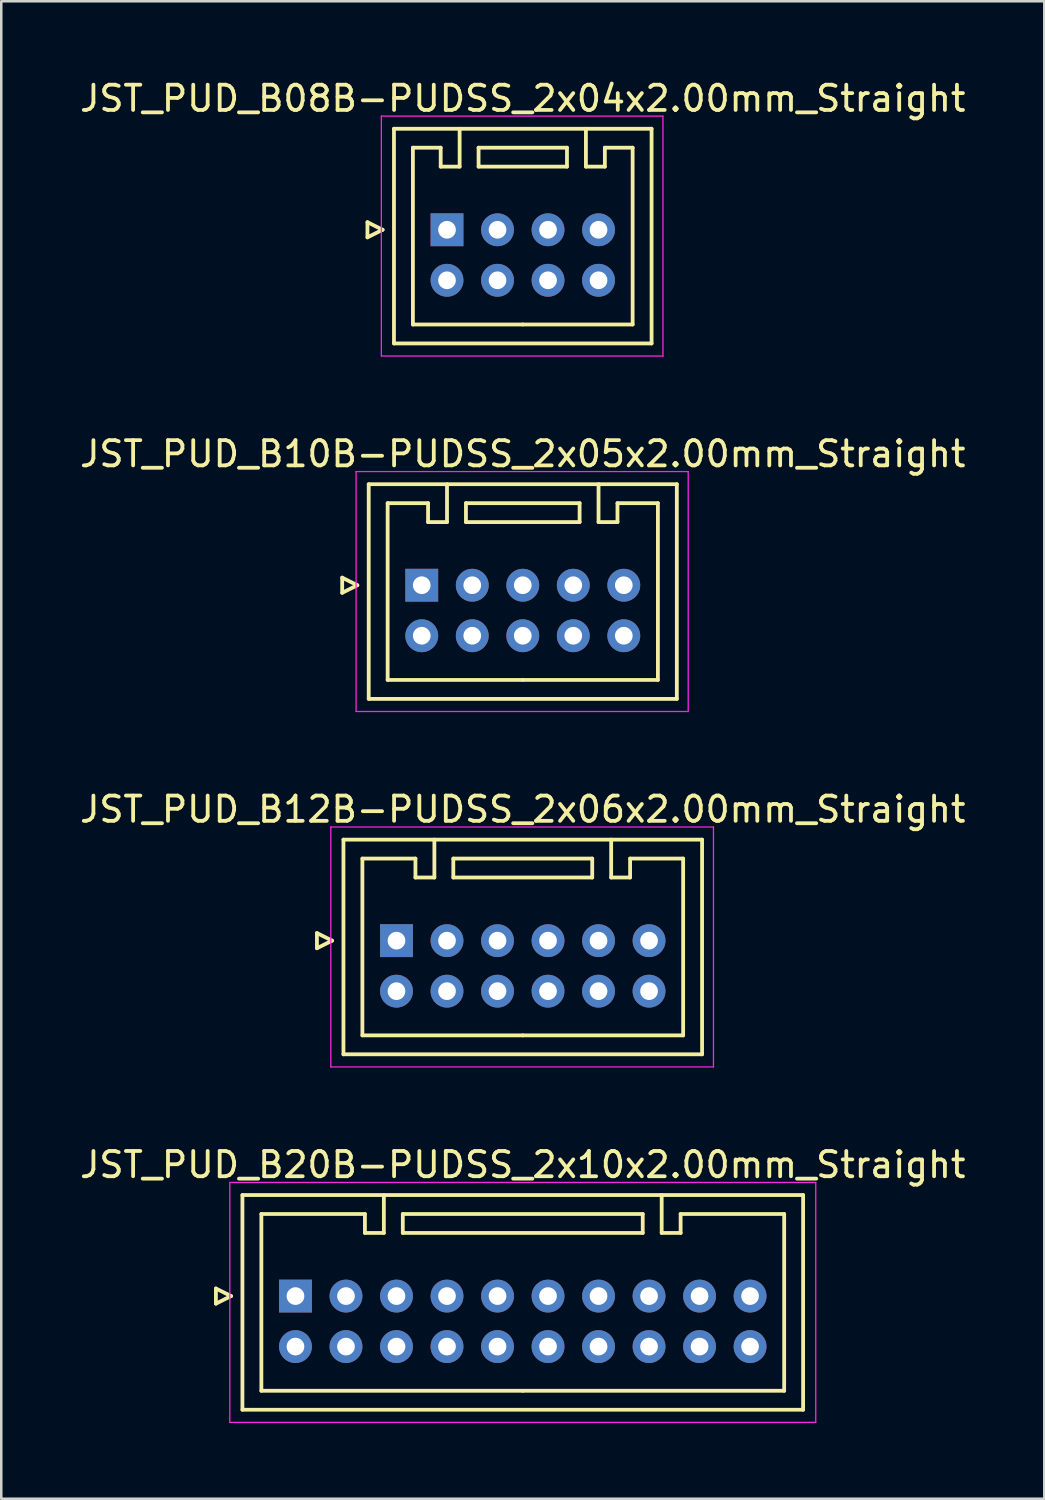
<source format=kicad_pcb>
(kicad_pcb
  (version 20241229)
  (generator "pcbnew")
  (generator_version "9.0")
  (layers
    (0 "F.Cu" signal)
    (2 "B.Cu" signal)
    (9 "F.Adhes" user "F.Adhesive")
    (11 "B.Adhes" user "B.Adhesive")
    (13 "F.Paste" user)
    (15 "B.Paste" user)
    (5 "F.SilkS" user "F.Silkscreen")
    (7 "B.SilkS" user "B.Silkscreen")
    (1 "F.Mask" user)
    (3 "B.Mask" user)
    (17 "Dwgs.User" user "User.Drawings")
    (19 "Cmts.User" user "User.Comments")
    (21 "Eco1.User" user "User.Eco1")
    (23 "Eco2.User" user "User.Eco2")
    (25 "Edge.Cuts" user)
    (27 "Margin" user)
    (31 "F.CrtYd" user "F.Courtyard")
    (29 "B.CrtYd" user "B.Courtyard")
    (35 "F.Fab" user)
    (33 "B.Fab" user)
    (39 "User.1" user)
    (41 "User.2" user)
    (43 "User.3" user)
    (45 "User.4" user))
  (footprint "JST_PUD_B12B-PUDSS_2x06x2.00mm_Straight"
    (layer "F.Cu")
    (at 12.649 34.195)
    (property "Reference" "JST_PUD_B12B-PUDSS_2x06x2.00mm_Straight" (at 5 -5.2 0) (layer "F.SilkS") (effects (font (size 1 1) (thickness 0.15))))
    (attr through_hole)
    (fp_line (start -3.15 -0.3) (end -2.55 0) (stroke (width 0.15) (type solid)) (layer "F.SilkS"))
    (fp_line (start -3.15 0.3) (end -3.15 -0.3) (stroke (width 0.15) (type solid)) (layer "F.SilkS"))
    (fp_line (start -2.55 0) (end -3.15 0.3) (stroke (width 0.15) (type solid)) (layer "F.SilkS"))
    (fp_line (start -2.1 -4) (end -2.1 4.5) (stroke (width 0.15) (type solid)) (layer "F.SilkS"))
    (fp_line (start -2.1 4.5) (end 12.1 4.5) (stroke (width 0.15) (type solid)) (layer "F.SilkS"))
    (fp_line (start -1.35 -3.25) (end -1.35 3.75) (stroke (width 0.15) (type solid)) (layer "F.SilkS"))
    (fp_line (start -1.35 3.75) (end 5 3.75) (stroke (width 0.15) (type solid)) (layer "F.SilkS"))
    (fp_line (start 0.75 -3.25) (end -1.35 -3.25) (stroke (width 0.15) (type solid)) (layer "F.SilkS"))
    (fp_line (start 0.75 -2.5) (end 0.75 -3.25) (stroke (width 0.15) (type solid)) (layer "F.SilkS"))
    (fp_line (start 1.5 -4) (end 1.5 -2.5) (stroke (width 0.15) (type solid)) (layer "F.SilkS"))
    (fp_line (start 1.5 -2.5) (end 0.75 -2.5) (stroke (width 0.15) (type solid)) (layer "F.SilkS"))
    (fp_line (start 2.25 -3.25) (end 2.25 -2.5) (stroke (width 0.15) (type solid)) (layer "F.SilkS"))
    (fp_line (start 2.25 -2.5) (end 7.75 -2.5) (stroke (width 0.15) (type solid)) (layer "F.SilkS"))
    (fp_line (start 7.75 -3.25) (end 2.25 -3.25) (stroke (width 0.15) (type solid)) (layer "F.SilkS"))
    (fp_line (start 7.75 -2.5) (end 7.75 -3.25) (stroke (width 0.15) (type solid)) (layer "F.SilkS"))
    (fp_line (start 8.5 -4) (end 8.5 -2.5) (stroke (width 0.15) (type solid)) (layer "F.SilkS"))
    (fp_line (start 8.5 -2.5) (end 9.25 -2.5) (stroke (width 0.15) (type solid)) (layer "F.SilkS"))
    (fp_line (start 9.25 -3.25) (end 11.35 -3.25) (stroke (width 0.15) (type solid)) (layer "F.SilkS"))
    (fp_line (start 9.25 -2.5) (end 9.25 -3.25) (stroke (width 0.15) (type solid)) (layer "F.SilkS"))
    (fp_line (start 11.35 -3.25) (end 11.35 3.75) (stroke (width 0.15) (type solid)) (layer "F.SilkS"))
    (fp_line (start 11.35 3.75) (end 5 3.75) (stroke (width 0.15) (type solid)) (layer "F.SilkS"))
    (fp_line (start 12.1 -4) (end -2.1 -4) (stroke (width 0.15) (type solid)) (layer "F.SilkS"))
    (fp_line (start 12.1 4.5) (end 12.1 -4) (stroke (width 0.15) (type solid)) (layer "F.SilkS"))
    (fp_line (start -2.6 -4.5) (end -2.6 5) (stroke (width 0.05) (type solid)) (layer "F.CrtYd"))
    (fp_line (start -2.6 5) (end 12.55 5) (stroke (width 0.05) (type solid)) (layer "F.CrtYd"))
    (fp_line (start 12.55 -4.5) (end -2.6 -4.5) (stroke (width 0.05) (type solid)) (layer "F.CrtYd"))
    (fp_line (start 12.55 5) (end 12.55 -4.5) (stroke (width 0.05) (type solid)) (layer "F.CrtYd"))
    (pad "1" thru_hole rect (at 0 0) (size 1.3 1.3) (drill 0.7) (layers "*.Cu" "*.Mask"))
    (pad "2" thru_hole circle (at 0 2) (size 1.3 1.3) (drill 0.7) (layers "*.Cu" "*.Mask"))
    (pad "3" thru_hole circle (at 2 0) (size 1.3 1.3) (drill 0.7) (layers "*.Cu" "*.Mask"))
    (pad "4" thru_hole circle (at 2 2) (size 1.3 1.3) (drill 0.7) (layers "*.Cu" "*.Mask"))
    (pad "5" thru_hole circle (at 4 0) (size 1.3 1.3) (drill 0.7) (layers "*.Cu" "*.Mask"))
    (pad "6" thru_hole circle (at 4 2) (size 1.3 1.3) (drill 0.7) (layers "*.Cu" "*.Mask"))
    (pad "7" thru_hole circle (at 6 0) (size 1.3 1.3) (drill 0.7) (layers "*.Cu" "*.Mask"))
    (pad "8" thru_hole circle (at 6 2) (size 1.3 1.3) (drill 0.7) (layers "*.Cu" "*.Mask"))
    (pad "9" thru_hole circle (at 8 0) (size 1.3 1.3) (drill 0.7) (layers "*.Cu" "*.Mask"))
    (pad "10" thru_hole circle (at 8 2) (size 1.3 1.3) (drill 0.7) (layers "*.Cu" "*.Mask"))
    (pad "11" thru_hole circle (at 10 0) (size 1.3 1.3) (drill 0.7) (layers "*.Cu" "*.Mask"))
    (pad "12" thru_hole circle (at 10 2) (size 1.3 1.3) (drill 0.7) (layers "*.Cu" "*.Mask")))
  (footprint "JST_PUD_B08B-PUDSS_2x04x2.00mm_Straight"
    (layer "F.Cu")
    (at 14.649 6.048)
    (property "Reference" "JST_PUD_B08B-PUDSS_2x04x2.00mm_Straight" (at 3 -5.2 0) (layer "F.SilkS") (effects (font (size 1 1) (thickness 0.15))))
    (attr through_hole)
    (fp_line (start -3.15 -0.3) (end -2.55 0) (stroke (width 0.15) (type solid)) (layer "F.SilkS"))
    (fp_line (start -3.15 0.3) (end -3.15 -0.3) (stroke (width 0.15) (type solid)) (layer "F.SilkS"))
    (fp_line (start -2.55 0) (end -3.15 0.3) (stroke (width 0.15) (type solid)) (layer "F.SilkS"))
    (fp_line (start -2.1 -4) (end -2.1 4.5) (stroke (width 0.15) (type solid)) (layer "F.SilkS"))
    (fp_line (start -2.1 4.5) (end 8.1 4.5) (stroke (width 0.15) (type solid)) (layer "F.SilkS"))
    (fp_line (start -1.35 -3.25) (end -1.35 3.75) (stroke (width 0.15) (type solid)) (layer "F.SilkS"))
    (fp_line (start -1.35 3.75) (end 3 3.75) (stroke (width 0.15) (type solid)) (layer "F.SilkS"))
    (fp_line (start -0.25 -3.25) (end -1.35 -3.25) (stroke (width 0.15) (type solid)) (layer "F.SilkS"))
    (fp_line (start -0.25 -2.5) (end -0.25 -3.25) (stroke (width 0.15) (type solid)) (layer "F.SilkS"))
    (fp_line (start 0.5 -4) (end 0.5 -2.5) (stroke (width 0.15) (type solid)) (layer "F.SilkS"))
    (fp_line (start 0.5 -2.5) (end -0.25 -2.5) (stroke (width 0.15) (type solid)) (layer "F.SilkS"))
    (fp_line (start 1.25 -3.25) (end 1.25 -2.5) (stroke (width 0.15) (type solid)) (layer "F.SilkS"))
    (fp_line (start 1.25 -2.5) (end 4.75 -2.5) (stroke (width 0.15) (type solid)) (layer "F.SilkS"))
    (fp_line (start 4.75 -3.25) (end 1.25 -3.25) (stroke (width 0.15) (type solid)) (layer "F.SilkS"))
    (fp_line (start 4.75 -2.5) (end 4.75 -3.25) (stroke (width 0.15) (type solid)) (layer "F.SilkS"))
    (fp_line (start 5.5 -4) (end 5.5 -2.5) (stroke (width 0.15) (type solid)) (layer "F.SilkS"))
    (fp_line (start 5.5 -2.5) (end 6.25 -2.5) (stroke (width 0.15) (type solid)) (layer "F.SilkS"))
    (fp_line (start 6.25 -3.25) (end 7.35 -3.25) (stroke (width 0.15) (type solid)) (layer "F.SilkS"))
    (fp_line (start 6.25 -2.5) (end 6.25 -3.25) (stroke (width 0.15) (type solid)) (layer "F.SilkS"))
    (fp_line (start 7.35 -3.25) (end 7.35 3.75) (stroke (width 0.15) (type solid)) (layer "F.SilkS"))
    (fp_line (start 7.35 3.75) (end 3 3.75) (stroke (width 0.15) (type solid)) (layer "F.SilkS"))
    (fp_line (start 8.1 -4) (end -2.1 -4) (stroke (width 0.15) (type solid)) (layer "F.SilkS"))
    (fp_line (start 8.1 4.5) (end 8.1 -4) (stroke (width 0.15) (type solid)) (layer "F.SilkS"))
    (fp_line (start -2.6 -4.5) (end -2.6 5) (stroke (width 0.05) (type solid)) (layer "F.CrtYd"))
    (fp_line (start -2.6 5) (end 8.55 5) (stroke (width 0.05) (type solid)) (layer "F.CrtYd"))
    (fp_line (start 8.55 -4.5) (end -2.6 -4.5) (stroke (width 0.05) (type solid)) (layer "F.CrtYd"))
    (fp_line (start 8.55 5) (end 8.55 -4.5) (stroke (width 0.05) (type solid)) (layer "F.CrtYd"))
    (pad "1" thru_hole rect (at 0 0) (size 1.3 1.3) (drill 0.7) (layers "*.Cu" "*.Mask"))
    (pad "2" thru_hole circle (at 0 2) (size 1.3 1.3) (drill 0.7) (layers "*.Cu" "*.Mask"))
    (pad "3" thru_hole circle (at 2 0) (size 1.3 1.3) (drill 0.7) (layers "*.Cu" "*.Mask"))
    (pad "4" thru_hole circle (at 2 2) (size 1.3 1.3) (drill 0.7) (layers "*.Cu" "*.Mask"))
    (pad "5" thru_hole circle (at 4 0) (size 1.3 1.3) (drill 0.7) (layers "*.Cu" "*.Mask"))
    (pad "6" thru_hole circle (at 4 2) (size 1.3 1.3) (drill 0.7) (layers "*.Cu" "*.Mask"))
    (pad "7" thru_hole circle (at 6 0) (size 1.3 1.3) (drill 0.7) (layers "*.Cu" "*.Mask"))
    (pad "8" thru_hole circle (at 6 2) (size 1.3 1.3) (drill 0.7) (layers "*.Cu" "*.Mask")))
  (footprint "JST_PUD_B20B-PUDSS_2x10x2.00mm_Straight"
    (layer "F.Cu")
    (at 8.649 48.268)
    (property "Reference" "JST_PUD_B20B-PUDSS_2x10x2.00mm_Straight" (at 9 -5.2 0) (layer "F.SilkS") (effects (font (size 1 1) (thickness 0.15))))
    (attr through_hole)
    (fp_line (start -3.15 -0.3) (end -2.55 0) (stroke (width 0.15) (type solid)) (layer "F.SilkS"))
    (fp_line (start -3.15 0.3) (end -3.15 -0.3) (stroke (width 0.15) (type solid)) (layer "F.SilkS"))
    (fp_line (start -2.55 0) (end -3.15 0.3) (stroke (width 0.15) (type solid)) (layer "F.SilkS"))
    (fp_line (start -2.1 -4) (end -2.1 4.5) (stroke (width 0.15) (type solid)) (layer "F.SilkS"))
    (fp_line (start -2.1 4.5) (end 20.1 4.5) (stroke (width 0.15) (type solid)) (layer "F.SilkS"))
    (fp_line (start -1.35 -3.25) (end -1.35 3.75) (stroke (width 0.15) (type solid)) (layer "F.SilkS"))
    (fp_line (start -1.35 3.75) (end 9 3.75) (stroke (width 0.15) (type solid)) (layer "F.SilkS"))
    (fp_line (start 2.75 -3.25) (end -1.35 -3.25) (stroke (width 0.15) (type solid)) (layer "F.SilkS"))
    (fp_line (start 2.75 -2.5) (end 2.75 -3.25) (stroke (width 0.15) (type solid)) (layer "F.SilkS"))
    (fp_line (start 3.5 -4) (end 3.5 -2.5) (stroke (width 0.15) (type solid)) (layer "F.SilkS"))
    (fp_line (start 3.5 -2.5) (end 2.75 -2.5) (stroke (width 0.15) (type solid)) (layer "F.SilkS"))
    (fp_line (start 4.25 -3.25) (end 4.25 -2.5) (stroke (width 0.15) (type solid)) (layer "F.SilkS"))
    (fp_line (start 4.25 -2.5) (end 13.75 -2.5) (stroke (width 0.15) (type solid)) (layer "F.SilkS"))
    (fp_line (start 13.75 -3.25) (end 4.25 -3.25) (stroke (width 0.15) (type solid)) (layer "F.SilkS"))
    (fp_line (start 13.75 -2.5) (end 13.75 -3.25) (stroke (width 0.15) (type solid)) (layer "F.SilkS"))
    (fp_line (start 14.5 -4) (end 14.5 -2.5) (stroke (width 0.15) (type solid)) (layer "F.SilkS"))
    (fp_line (start 14.5 -2.5) (end 15.25 -2.5) (stroke (width 0.15) (type solid)) (layer "F.SilkS"))
    (fp_line (start 15.25 -3.25) (end 19.35 -3.25) (stroke (width 0.15) (type solid)) (layer "F.SilkS"))
    (fp_line (start 15.25 -2.5) (end 15.25 -3.25) (stroke (width 0.15) (type solid)) (layer "F.SilkS"))
    (fp_line (start 19.35 -3.25) (end 19.35 3.75) (stroke (width 0.15) (type solid)) (layer "F.SilkS"))
    (fp_line (start 19.35 3.75) (end 9 3.75) (stroke (width 0.15) (type solid)) (layer "F.SilkS"))
    (fp_line (start 20.1 -4) (end -2.1 -4) (stroke (width 0.15) (type solid)) (layer "F.SilkS"))
    (fp_line (start 20.1 4.5) (end 20.1 -4) (stroke (width 0.15) (type solid)) (layer "F.SilkS"))
    (fp_line (start -2.6 -4.5) (end -2.6 5) (stroke (width 0.05) (type solid)) (layer "F.CrtYd"))
    (fp_line (start -2.6 5) (end 20.6 5) (stroke (width 0.05) (type solid)) (layer "F.CrtYd"))
    (fp_line (start 20.6 -4.5) (end -2.6 -4.5) (stroke (width 0.05) (type solid)) (layer "F.CrtYd"))
    (fp_line (start 20.6 5) (end 20.6 -4.5) (stroke (width 0.05) (type solid)) (layer "F.CrtYd"))
    (pad "1" thru_hole rect (at 0 0) (size 1.3 1.3) (drill 0.7) (layers "*.Cu" "*.Mask"))
    (pad "2" thru_hole circle (at 0 2) (size 1.3 1.3) (drill 0.7) (layers "*.Cu" "*.Mask"))
    (pad "3" thru_hole circle (at 2 0) (size 1.3 1.3) (drill 0.7) (layers "*.Cu" "*.Mask"))
    (pad "4" thru_hole circle (at 2 2) (size 1.3 1.3) (drill 0.7) (layers "*.Cu" "*.Mask"))
    (pad "5" thru_hole circle (at 4 0) (size 1.3 1.3) (drill 0.7) (layers "*.Cu" "*.Mask"))
    (pad "6" thru_hole circle (at 4 2) (size 1.3 1.3) (drill 0.7) (layers "*.Cu" "*.Mask"))
    (pad "7" thru_hole circle (at 6 0) (size 1.3 1.3) (drill 0.7) (layers "*.Cu" "*.Mask"))
    (pad "8" thru_hole circle (at 6 2) (size 1.3 1.3) (drill 0.7) (layers "*.Cu" "*.Mask"))
    (pad "9" thru_hole circle (at 8 0) (size 1.3 1.3) (drill 0.7) (layers "*.Cu" "*.Mask"))
    (pad "10" thru_hole circle (at 8 2) (size 1.3 1.3) (drill 0.7) (layers "*.Cu" "*.Mask"))
    (pad "11" thru_hole circle (at 10 0) (size 1.3 1.3) (drill 0.7) (layers "*.Cu" "*.Mask"))
    (pad "12" thru_hole circle (at 10 2) (size 1.3 1.3) (drill 0.7) (layers "*.Cu" "*.Mask"))
    (pad "13" thru_hole circle (at 12 0) (size 1.3 1.3) (drill 0.7) (layers "*.Cu" "*.Mask"))
    (pad "14" thru_hole circle (at 12 2) (size 1.3 1.3) (drill 0.7) (layers "*.Cu" "*.Mask"))
    (pad "15" thru_hole circle (at 14 0) (size 1.3 1.3) (drill 0.7) (layers "*.Cu" "*.Mask"))
    (pad "16" thru_hole circle (at 14 2) (size 1.3 1.3) (drill 0.7) (layers "*.Cu" "*.Mask"))
    (pad "17" thru_hole circle (at 16 0) (size 1.3 1.3) (drill 0.7) (layers "*.Cu" "*.Mask"))
    (pad "18" thru_hole circle (at 16 2) (size 1.3 1.3) (drill 0.7) (layers "*.Cu" "*.Mask"))
    (pad "19" thru_hole circle (at 18 0) (size 1.3 1.3) (drill 0.7) (layers "*.Cu" "*.Mask"))
    (pad "20" thru_hole circle (at 18 2) (size 1.3 1.3) (drill 0.7) (layers "*.Cu" "*.Mask")))
  (footprint "JST_PUD_B10B-PUDSS_2x05x2.00mm_Straight"
    (layer "F.Cu")
    (at 13.649 20.122)
    (property "Reference" "JST_PUD_B10B-PUDSS_2x05x2.00mm_Straight" (at 4 -5.2 0) (layer "F.SilkS") (effects (font (size 1 1) (thickness 0.15))))
    (attr through_hole)
    (fp_line (start -3.15 -0.3) (end -2.55 0) (stroke (width 0.15) (type solid)) (layer "F.SilkS"))
    (fp_line (start -3.15 0.3) (end -3.15 -0.3) (stroke (width 0.15) (type solid)) (layer "F.SilkS"))
    (fp_line (start -2.55 0) (end -3.15 0.3) (stroke (width 0.15) (type solid)) (layer "F.SilkS"))
    (fp_line (start -2.1 -4) (end -2.1 4.5) (stroke (width 0.15) (type solid)) (layer "F.SilkS"))
    (fp_line (start -2.1 4.5) (end 10.1 4.5) (stroke (width 0.15) (type solid)) (layer "F.SilkS"))
    (fp_line (start -1.35 -3.25) (end -1.35 3.75) (stroke (width 0.15) (type solid)) (layer "F.SilkS"))
    (fp_line (start -1.35 3.75) (end 4 3.75) (stroke (width 0.15) (type solid)) (layer "F.SilkS"))
    (fp_line (start 0.25 -3.25) (end -1.35 -3.25) (stroke (width 0.15) (type solid)) (layer "F.SilkS"))
    (fp_line (start 0.25 -2.5) (end 0.25 -3.25) (stroke (width 0.15) (type solid)) (layer "F.SilkS"))
    (fp_line (start 1 -4) (end 1 -2.5) (stroke (width 0.15) (type solid)) (layer "F.SilkS"))
    (fp_line (start 1 -2.5) (end 0.25 -2.5) (stroke (width 0.15) (type solid)) (layer "F.SilkS"))
    (fp_line (start 1.75 -3.25) (end 1.75 -2.5) (stroke (width 0.15) (type solid)) (layer "F.SilkS"))
    (fp_line (start 1.75 -2.5) (end 6.25 -2.5) (stroke (width 0.15) (type solid)) (layer "F.SilkS"))
    (fp_line (start 6.25 -3.25) (end 1.75 -3.25) (stroke (width 0.15) (type solid)) (layer "F.SilkS"))
    (fp_line (start 6.25 -2.5) (end 6.25 -3.25) (stroke (width 0.15) (type solid)) (layer "F.SilkS"))
    (fp_line (start 7 -4) (end 7 -2.5) (stroke (width 0.15) (type solid)) (layer "F.SilkS"))
    (fp_line (start 7 -2.5) (end 7.75 -2.5) (stroke (width 0.15) (type solid)) (layer "F.SilkS"))
    (fp_line (start 7.75 -3.25) (end 9.35 -3.25) (stroke (width 0.15) (type solid)) (layer "F.SilkS"))
    (fp_line (start 7.75 -2.5) (end 7.75 -3.25) (stroke (width 0.15) (type solid)) (layer "F.SilkS"))
    (fp_line (start 9.35 -3.25) (end 9.35 3.75) (stroke (width 0.15) (type solid)) (layer "F.SilkS"))
    (fp_line (start 9.35 3.75) (end 4 3.75) (stroke (width 0.15) (type solid)) (layer "F.SilkS"))
    (fp_line (start 10.1 -4) (end -2.1 -4) (stroke (width 0.15) (type solid)) (layer "F.SilkS"))
    (fp_line (start 10.1 4.5) (end 10.1 -4) (stroke (width 0.15) (type solid)) (layer "F.SilkS"))
    (fp_line (start -2.6 -4.5) (end -2.6 5) (stroke (width 0.05) (type solid)) (layer "F.CrtYd"))
    (fp_line (start -2.6 5) (end 10.55 5) (stroke (width 0.05) (type solid)) (layer "F.CrtYd"))
    (fp_line (start 10.55 -4.5) (end -2.6 -4.5) (stroke (width 0.05) (type solid)) (layer "F.CrtYd"))
    (fp_line (start 10.55 5) (end 10.55 -4.5) (stroke (width 0.05) (type solid)) (layer "F.CrtYd"))
    (pad "1" thru_hole rect (at 0 0) (size 1.3 1.3) (drill 0.7) (layers "*.Cu" "*.Mask"))
    (pad "2" thru_hole circle (at 0 2) (size 1.3 1.3) (drill 0.7) (layers "*.Cu" "*.Mask"))
    (pad "3" thru_hole circle (at 2 0) (size 1.3 1.3) (drill 0.7) (layers "*.Cu" "*.Mask"))
    (pad "4" thru_hole circle (at 2 2) (size 1.3 1.3) (drill 0.7) (layers "*.Cu" "*.Mask"))
    (pad "5" thru_hole circle (at 4 0) (size 1.3 1.3) (drill 0.7) (layers "*.Cu" "*.Mask"))
    (pad "6" thru_hole circle (at 4 2) (size 1.3 1.3) (drill 0.7) (layers "*.Cu" "*.Mask"))
    (pad "7" thru_hole circle (at 6 0) (size 1.3 1.3) (drill 0.7) (layers "*.Cu" "*.Mask"))
    (pad "8" thru_hole circle (at 6 2) (size 1.3 1.3) (drill 0.7) (layers "*.Cu" "*.Mask"))
    (pad "9" thru_hole circle (at 8 0) (size 1.3 1.3) (drill 0.7) (layers "*.Cu" "*.Mask"))
    (pad "10" thru_hole circle (at 8 2) (size 1.3 1.3) (drill 0.7) (layers "*.Cu" "*.Mask")))
  (gr_rect
    (start -3 -3)
    (end 38.298 56.293)
    (stroke (width 0.1) (type default))
    (fill no)
    (layer "Edge.Cuts")))
</source>
